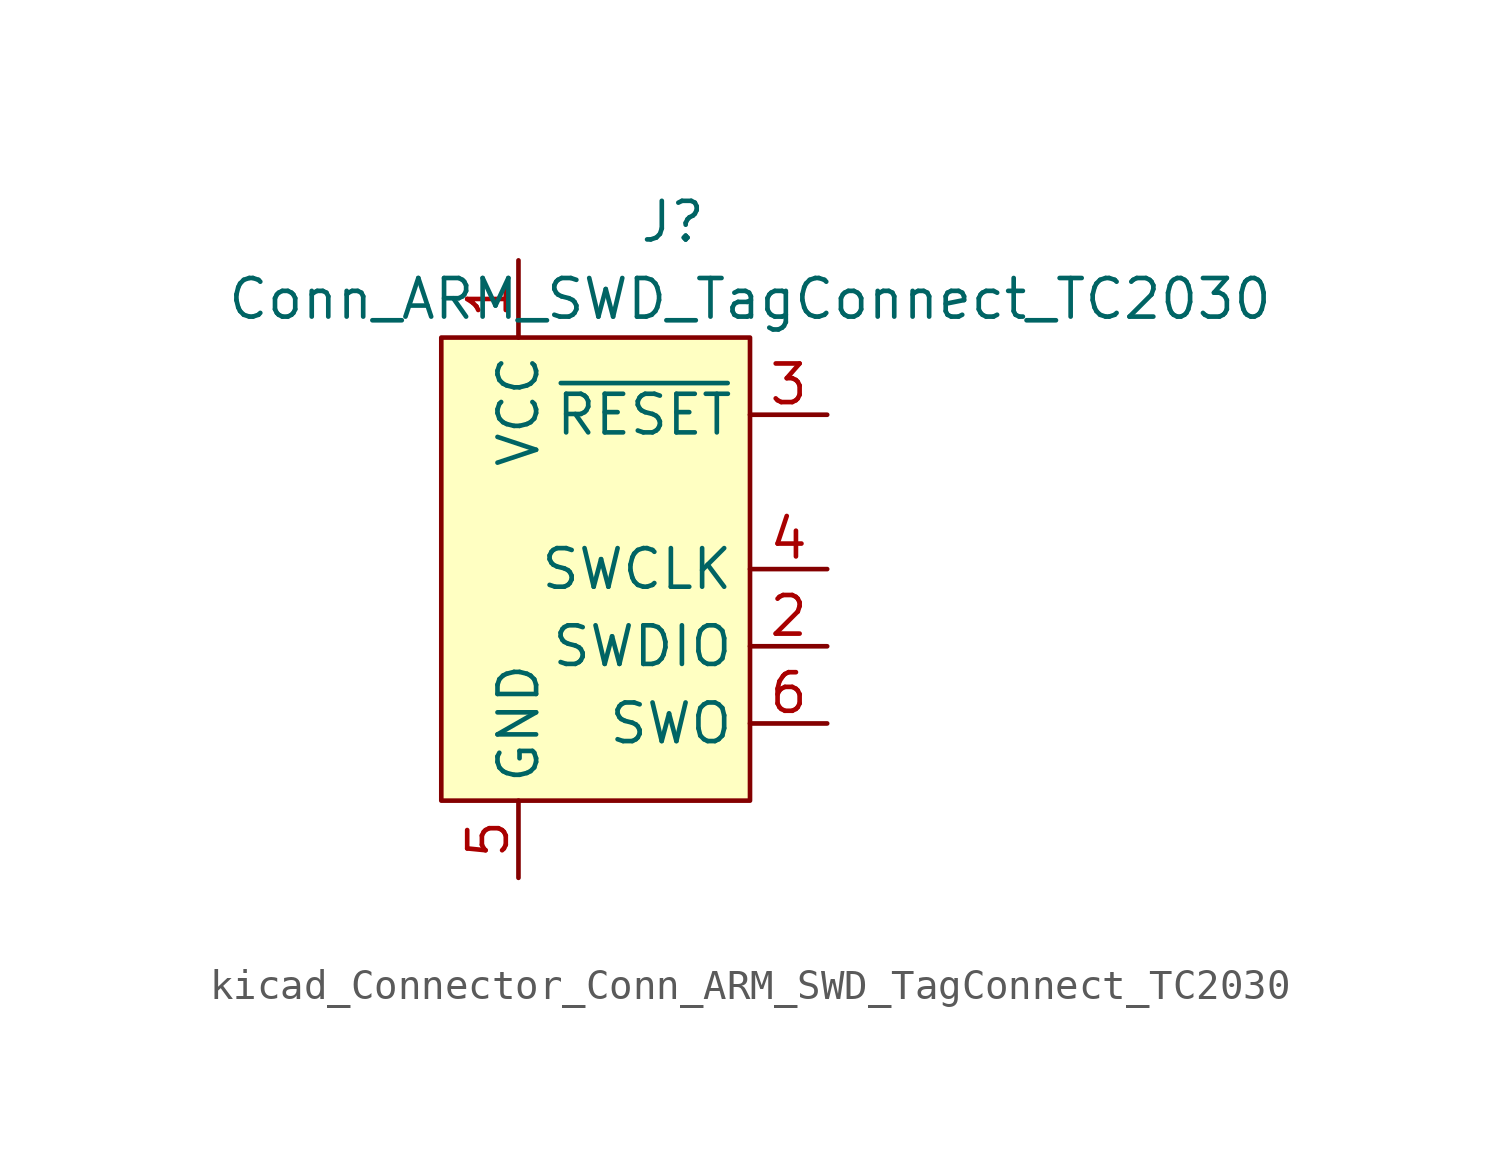
<source format=kicad_sym>
(kicad_symbol_lib
  (version 20220914)
  (generator kicad_symbol_editor)
  (symbol "kicad_Connector_Conn_ARM_SWD_TagConnect_TC2030"
    (property "Reference" "J"
      (at 2.54 11.43 0)
      (effects (font (size 1.27 1.27))))
    (property "Value" "Conn_ARM_SWD_TagConnect_TC2030"
      (at 5.08 8.89 0)
      (effects (font (size 1.27 1.27))))
    (symbol "kicad_Connector_Conn_ARM_SWD_TagConnect_TC2030_0_0"
      (pin power_in line (at -2.54 10.16 270) (length 2.54) (name "VCC" (effects (font (size 1.27 1.27)))) (number "1" (effects (font (size 1.27 1.27)))))
      (pin bidirectional line (at 7.62 -2.54 180) (length 2.54) (name "SWDIO" (effects (font (size 1.27 1.27)))) (number "2" (effects (font (size 1.27 1.27)))) (alternate "TMS" bidirectional line))
      (pin open_collector line (at 7.62 5.08 180) (length 2.54) (name "~{RESET}" (effects (font (size 1.27 1.27)))) (number "3" (effects (font (size 1.27 1.27)))))
      (pin output line (at 7.62 0 180) (length 2.54) (name "SWCLK" (effects (font (size 1.27 1.27)))) (number "4" (effects (font (size 1.27 1.27)))) (alternate "TCK" output line))
      (pin power_in line (at -2.54 -10.16 90) (length 2.54) (name "GND" (effects (font (size 1.27 1.27)))) (number "5" (effects (font (size 1.27 1.27)))))
      (pin input line (at 7.62 -5.08 180) (length 2.54) (name "SWO" (effects (font (size 1.27 1.27)))) (number "6" (effects (font (size 1.27 1.27)))) (alternate "TDO" input line)))
    (symbol "kicad_Connector_Conn_ARM_SWD_TagConnect_TC2030_0_1"
      (rectangle (start -5.08 7.62) (end 5.08 -7.62) (stroke (width 0) (type default)) (fill (type background))))))
</source>
